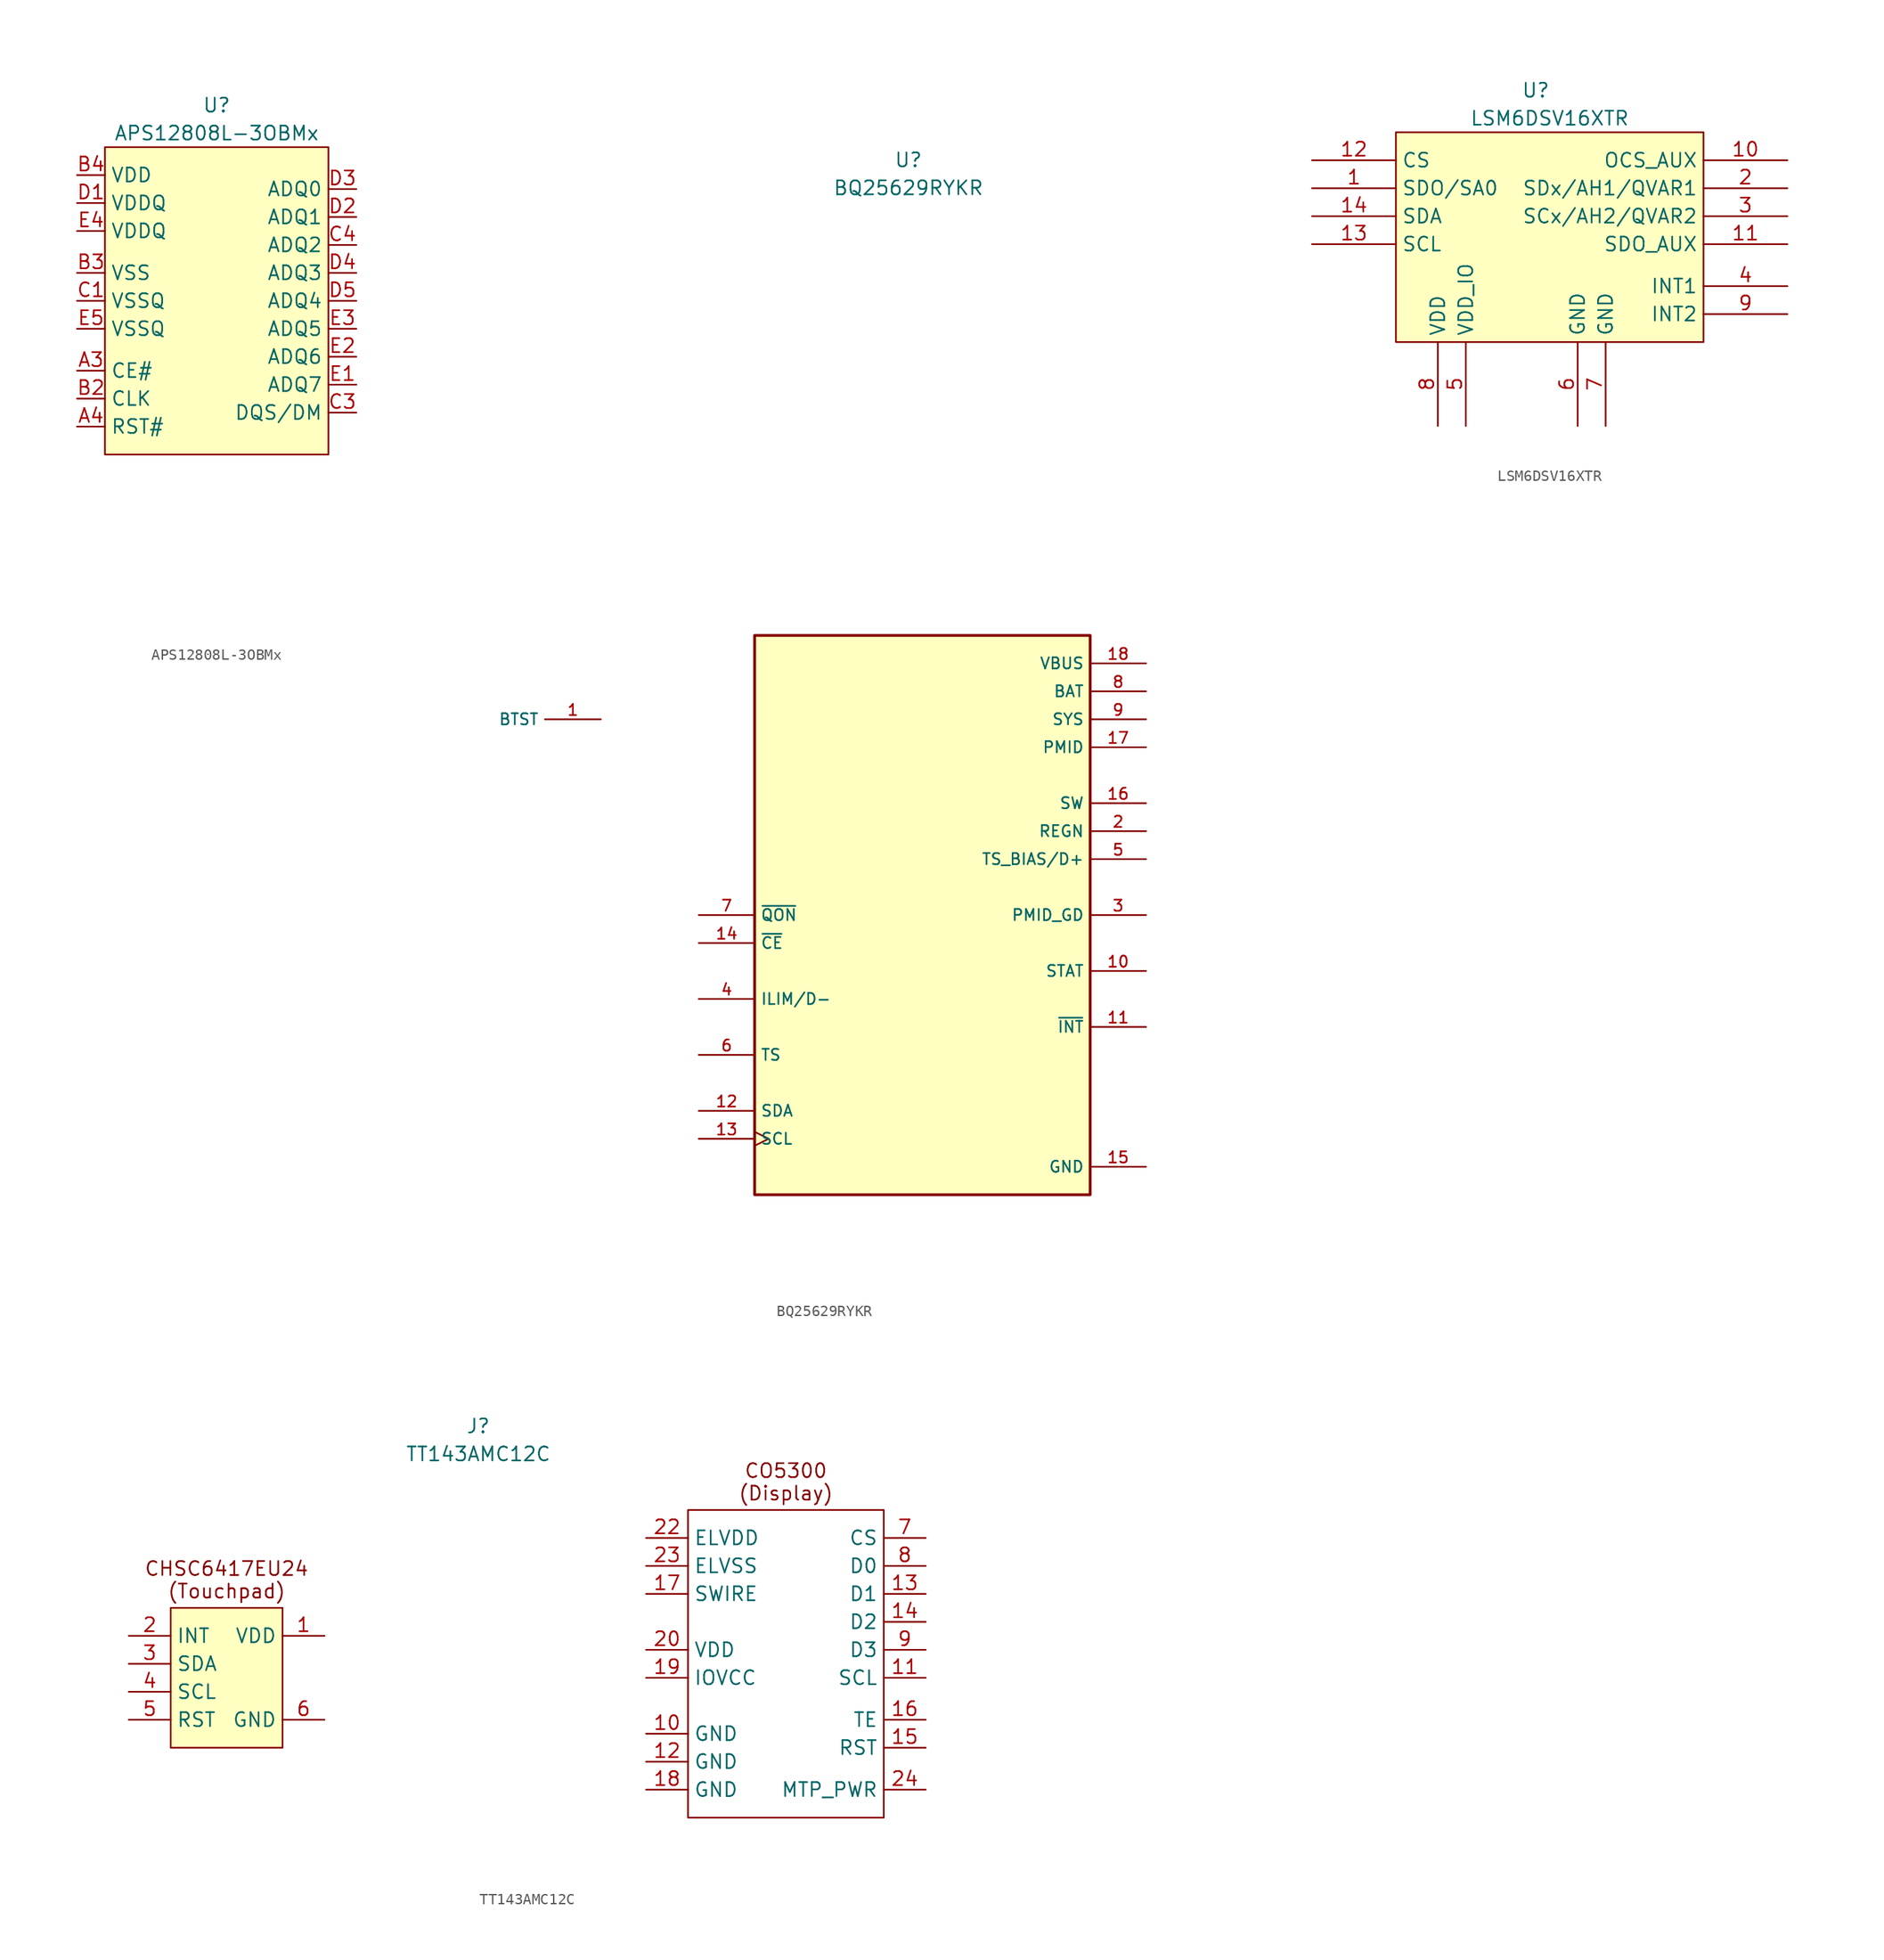
<source format=kicad_sym>
(kicad_symbol_lib
  (version 20220914)
  (generator kicad_symbol_editor)
  (symbol "APS12808L-3OBMx"
    (property "Reference" "U"
      (at 0 17.78 0)
      (effects (font (size 1.27 1.27))))
    (property "Value" "APS12808L-3OBMx"
      (at 0 15.24 0)
      (effects (font (size 1.27 1.27))))
    (symbol "APS12808L-3OBMx_1_0"
      (pin no_connect line (at 1.27 -16.51 0) (length 2.54) hide (name "" (effects (font (size 1.27 1.27)))) (number "A2" (effects (font (size 1.27 1.27)))))
      (pin no_connect line (at 1.27 -19.05 0) (length 2.54) hide (name "" (effects (font (size 1.27 1.27)))) (number "A5" (effects (font (size 1.27 1.27)))))
      (pin no_connect line (at 1.27 -21.59 0) (length 2.54) hide (name "" (effects (font (size 1.27 1.27)))) (number "B1" (effects (font (size 1.27 1.27)))))
      (pin no_connect line (at 1.27 -24.13 0) (length 2.54) hide (name "" (effects (font (size 1.27 1.27)))) (number "B5" (effects (font (size 1.27 1.27)))))
      (pin no_connect line (at 1.27 -26.67 0) (length 2.54) hide (name "" (effects (font (size 1.27 1.27)))) (number "C5" (effects (font (size 1.27 1.27))))))
    (symbol "APS12808L-3OBMx_1_1"
      (rectangle (start -10.16 13.97) (end 10.16 -13.97) (stroke (width 0) (type default)) (fill (type background)))
      (pin input line (at -12.7 -6.35 0) (length 2.54) (name "CE#" (effects (font (size 1.27 1.27)))) (number "A3" (effects (font (size 1.27 1.27)))))
      (pin input line (at -12.7 -11.43 0) (length 2.54) (name "RST#" (effects (font (size 1.27 1.27)))) (number "A4" (effects (font (size 1.27 1.27)))))
      (pin input line (at -12.7 -8.89 0) (length 2.54) (name "CLK" (effects (font (size 1.27 1.27)))) (number "B2" (effects (font (size 1.27 1.27)))))
      (pin power_in line (at -12.7 2.54 0) (length 2.54) (name "VSS" (effects (font (size 1.27 1.27)))) (number "B3" (effects (font (size 1.27 1.27)))))
      (pin power_in line (at -12.7 11.43 0) (length 2.54) (name "VDD" (effects (font (size 1.27 1.27)))) (number "B4" (effects (font (size 1.27 1.27)))))
      (pin power_in line (at -12.7 0 0) (length 2.54) (name "VSSQ" (effects (font (size 1.27 1.27)))) (number "C1" (effects (font (size 1.27 1.27)))))
      (pin bidirectional line (at 12.7 -10.16 180) (length 2.54) (name "DQS/DM" (effects (font (size 1.27 1.27)))) (number "C3" (effects (font (size 1.27 1.27)))))
      (pin bidirectional line (at 12.7 5.08 180) (length 2.54) (name "ADQ2" (effects (font (size 1.27 1.27)))) (number "C4" (effects (font (size 1.27 1.27)))))
      (pin power_in line (at -12.7 8.89 0) (length 2.54) (name "VDDQ" (effects (font (size 1.27 1.27)))) (number "D1" (effects (font (size 1.27 1.27)))))
      (pin bidirectional line (at 12.7 7.62 180) (length 2.54) (name "ADQ1" (effects (font (size 1.27 1.27)))) (number "D2" (effects (font (size 1.27 1.27)))))
      (pin bidirectional line (at 12.7 10.16 180) (length 2.54) (name "ADQ0" (effects (font (size 1.27 1.27)))) (number "D3" (effects (font (size 1.27 1.27)))))
      (pin bidirectional line (at 12.7 2.54 180) (length 2.54) (name "ADQ3" (effects (font (size 1.27 1.27)))) (number "D4" (effects (font (size 1.27 1.27)))))
      (pin bidirectional line (at 12.7 0 180) (length 2.54) (name "ADQ4" (effects (font (size 1.27 1.27)))) (number "D5" (effects (font (size 1.27 1.27)))))
      (pin bidirectional line (at 12.7 -7.62 180) (length 2.54) (name "ADQ7" (effects (font (size 1.27 1.27)))) (number "E1" (effects (font (size 1.27 1.27)))))
      (pin bidirectional line (at 12.7 -5.08 180) (length 2.54) (name "ADQ6" (effects (font (size 1.27 1.27)))) (number "E2" (effects (font (size 1.27 1.27)))))
      (pin bidirectional line (at 12.7 -2.54 180) (length 2.54) (name "ADQ5" (effects (font (size 1.27 1.27)))) (number "E3" (effects (font (size 1.27 1.27)))))
      (pin power_in line (at -12.7 6.35 0) (length 2.54) (name "VDDQ" (effects (font (size 1.27 1.27)))) (number "E4" (effects (font (size 1.27 1.27)))))
      (pin power_in line (at -12.7 -2.54 0) (length 2.54) (name "VSSQ" (effects (font (size 1.27 1.27)))) (number "E5" (effects (font (size 1.27 1.27)))))))
  (symbol "BQ25629RYKR"
    (property "Reference" "U"
      (at 0 34.29 0)
      (effects (font (size 1.27 1.27))))
    (property "Value" "BQ25629RYKR"
      (at 0 31.75 0)
      (effects (font (size 1.27 1.27))))
    (symbol "BQ25629RYKR_0_0"
      (rectangle (start -13.97 -8.89) (end 16.51 -59.69) (stroke (width 0.254) (type default)) (fill (type background)))
      (pin power_in line (at -27.94 -16.51 180) (length 5.08) (name "BTST" (effects (font (size 1.016 1.016)))) (number "1" (effects (font (size 1.016 1.016)))))
      (pin output line (at 21.59 -39.37 180) (length 5.08) (name "STAT" (effects (font (size 1.016 1.016)))) (number "10" (effects (font (size 1.016 1.016)))))
      (pin output line (at 21.59 -44.45 180) (length 5.08) (name "~{INT}" (effects (font (size 1.016 1.016)))) (number "11" (effects (font (size 1.016 1.016)))))
      (pin bidirectional line (at -19.05 -52.07 0) (length 5.08) (name "SDA" (effects (font (size 1.016 1.016)))) (number "12" (effects (font (size 1.016 1.016)))))
      (pin input clock (at -19.05 -54.61 0) (length 5.08) (name "SCL" (effects (font (size 1.016 1.016)))) (number "13" (effects (font (size 1.016 1.016)))))
      (pin input line (at -19.05 -36.83 0) (length 5.08) (name "~{CE}" (effects (font (size 1.016 1.016)))) (number "14" (effects (font (size 1.016 1.016)))))
      (pin power_in line (at 21.59 -57.15 180) (length 5.08) (name "GND" (effects (font (size 1.016 1.016)))) (number "15" (effects (font (size 1.016 1.016)))))
      (pin power_in line (at 21.59 -24.13 180) (length 5.08) (name "SW" (effects (font (size 1.016 1.016)))) (number "16" (effects (font (size 1.016 1.016)))))
      (pin power_in line (at 21.59 -19.05 180) (length 5.08) (name "PMID" (effects (font (size 1.016 1.016)))) (number "17" (effects (font (size 1.016 1.016)))))
      (pin power_in line (at 21.59 -11.43 180) (length 5.08) (name "VBUS" (effects (font (size 1.016 1.016)))) (number "18" (effects (font (size 1.016 1.016)))))
      (pin power_in line (at 21.59 -26.67 180) (length 5.08) (name "REGN" (effects (font (size 1.016 1.016)))) (number "2" (effects (font (size 1.016 1.016)))))
      (pin output line (at 21.59 -34.29 180) (length 5.08) (name "PMID_GD" (effects (font (size 1.016 1.016)))) (number "3" (effects (font (size 1.016 1.016)))))
      (pin bidirectional line (at -19.05 -41.91 0) (length 5.08) (name "ILIM/D-" (effects (font (size 1.016 1.016)))) (number "4" (effects (font (size 1.016 1.016)))))
      (pin power_in line (at 21.59 -29.21 180) (length 5.08) (name "TS_BIAS/D+" (effects (font (size 1.016 1.016)))) (number "5" (effects (font (size 1.016 1.016)))))
      (pin input line (at -19.05 -46.99 0) (length 5.08) (name "TS" (effects (font (size 1.016 1.016)))) (number "6" (effects (font (size 1.016 1.016)))))
      (pin input line (at -19.05 -34.29 0) (length 5.08) (name "~{QON}" (effects (font (size 1.016 1.016)))) (number "7" (effects (font (size 1.016 1.016)))))
      (pin power_in line (at 21.59 -13.97 180) (length 5.08) (name "BAT" (effects (font (size 1.016 1.016)))) (number "8" (effects (font (size 1.016 1.016)))))
      (pin power_in line (at 21.59 -16.51 180) (length 5.08) (name "SYS" (effects (font (size 1.016 1.016)))) (number "9" (effects (font (size 1.016 1.016)))))))
  (symbol "LSM6DSV16XTR"
    (property "Reference" "U"
      (at -1.27 12.7 0)
      (effects (font (size 1.27 1.27))))
    (property "Value" "LSM6DSV16XTR"
      (at 0 10.16 0)
      (effects (font (size 1.27 1.27))))
    (symbol "LSM6DSV16XTR_0_1"
      (pin unspecified line (at 21.59 6.35 180) (length 7.62) (name "OCS_AUX" (effects (font (size 1.27 1.27)))) (number "10" (effects (font (size 1.27 1.27)))))
      (pin power_in line (at -7.62 -17.78 90) (length 7.62) (name "VDD_IO" (effects (font (size 1.27 1.27)))) (number "5" (effects (font (size 1.27 1.27)))))
      (pin power_in line (at -10.16 -17.78 90) (length 7.62) (name "VDD" (effects (font (size 1.27 1.27)))) (number "8" (effects (font (size 1.27 1.27))))))
    (symbol "LSM6DSV16XTR_1_1"
      (rectangle (start -13.97 8.89) (end 13.97 -10.16) (stroke (width 0) (type default)) (fill (type background)))
      (pin input line (at -21.59 3.81 0) (length 7.62) (name "SDO/SA0" (effects (font (size 1.27 1.27)))) (number "1" (effects (font (size 1.27 1.27)))))
      (pin output line (at 21.59 -1.27 180) (length 7.62) (name "SDO_AUX" (effects (font (size 1.27 1.27)))) (number "11" (effects (font (size 1.27 1.27)))))
      (pin input line (at -21.59 6.35 0) (length 7.62) (name "CS" (effects (font (size 1.27 1.27)))) (number "12" (effects (font (size 1.27 1.27)))))
      (pin input line (at -21.59 -1.27 0) (length 7.62) (name "SCL" (effects (font (size 1.27 1.27)))) (number "13" (effects (font (size 1.27 1.27)))))
      (pin bidirectional line (at -21.59 1.27 0) (length 7.62) (name "SDA" (effects (font (size 1.27 1.27)))) (number "14" (effects (font (size 1.27 1.27)))))
      (pin bidirectional line (at 21.59 3.81 180) (length 7.62) (name "SDx/AH1/QVAR1" (effects (font (size 1.27 1.27)))) (number "2" (effects (font (size 1.27 1.27)))))
      (pin bidirectional line (at 21.59 1.27 180) (length 7.62) (name "SCx/AH2/QVAR2" (effects (font (size 1.27 1.27)))) (number "3" (effects (font (size 1.27 1.27)))))
      (pin output line (at 21.59 -5.08 180) (length 7.62) (name "INT1" (effects (font (size 1.27 1.27)))) (number "4" (effects (font (size 1.27 1.27)))))
      (pin power_in line (at 2.54 -17.78 90) (length 7.62) (name "GND" (effects (font (size 1.27 1.27)))) (number "6" (effects (font (size 1.27 1.27)))))
      (pin power_in line (at 5.08 -17.78 90) (length 7.62) (name "GND" (effects (font (size 1.27 1.27)))) (number "7" (effects (font (size 1.27 1.27)))))
      (pin output line (at 21.59 -7.62 180) (length 7.62) (name "INT2" (effects (font (size 1.27 1.27)))) (number "9" (effects (font (size 1.27 1.27)))))))
  (symbol "TT143AMC12C"
    (property "Reference" "J"
      (at 0 22.86 0)
      (effects (font (size 1.27 1.27))))
    (property "Value" "TT143AMC12C"
      (at 0 20.32 0)
      (effects (font (size 1.27 1.27))))
    (symbol "TT143AMC12C_0_1"
      (rectangle (start 19.05 15.24) (end 36.83 -12.7) (stroke (width 0) (type default)) (fill (type none))))
    (symbol "TT143AMC12C_1_1"
      (rectangle (start -27.94 -6.35) (end -17.78 6.35) (stroke (width 0) (type default)) (fill (type background)))
      (text "CHSC6417EU24\n(Touchpad)" (at -22.86 8.89 0) (effects (font (size 1.27 1.27))))
      (text "CO5300\n(Display)" (at 27.94 17.78 0) (effects (font (size 1.27 1.27))))
      (pin power_in line (at -13.97 3.81 180) (length 3.81) (name "VDD" (effects (font (size 1.27 1.27)))) (number "1" (effects (font (size 1.27 1.27)))))
      (pin power_in line (at 15.24 -5.08 0) (length 3.81) (name "GND" (effects (font (size 1.27 1.27)))) (number "10" (effects (font (size 1.27 1.27)))))
      (pin input line (at 40.64 0 180) (length 3.81) (name "SCL" (effects (font (size 1.27 1.27)))) (number "11" (effects (font (size 1.27 1.27)))))
      (pin power_in line (at 15.24 -7.62 0) (length 3.81) (name "GND" (effects (font (size 1.27 1.27)))) (number "12" (effects (font (size 1.27 1.27)))))
      (pin bidirectional line (at 40.64 7.62 180) (length 3.81) (name "D1" (effects (font (size 1.27 1.27)))) (number "13" (effects (font (size 1.27 1.27)))))
      (pin bidirectional line (at 40.64 5.08 180) (length 3.81) (name "D2" (effects (font (size 1.27 1.27)))) (number "14" (effects (font (size 1.27 1.27)))))
      (pin input line (at 40.64 -6.35 180) (length 3.81) (name "RST" (effects (font (size 1.27 1.27)))) (number "15" (effects (font (size 1.27 1.27)))))
      (pin output line (at 40.64 -3.81 180) (length 3.81) (name "TE" (effects (font (size 1.27 1.27)))) (number "16" (effects (font (size 1.27 1.27)))))
      (pin output line (at 15.24 7.62 0) (length 3.81) (name "SWIRE" (effects (font (size 1.27 1.27)))) (number "17" (effects (font (size 1.27 1.27)))))
      (pin power_in line (at 15.24 -10.16 0) (length 3.81) (name "GND" (effects (font (size 1.27 1.27)))) (number "18" (effects (font (size 1.27 1.27)))))
      (pin power_in line (at 15.24 0 0) (length 3.81) (name "IOVCC" (effects (font (size 1.27 1.27)))) (number "19" (effects (font (size 1.27 1.27)))))
      (pin output line (at -31.75 3.81 0) (length 3.81) (name "INT" (effects (font (size 1.27 1.27)))) (number "2" (effects (font (size 1.27 1.27)))))
      (pin power_in line (at 15.24 2.54 0) (length 3.81) (name "VDD" (effects (font (size 1.27 1.27)))) (number "20" (effects (font (size 1.27 1.27)))))
      (pin no_connect line (at 26.67 -15.24 180) (length 3.81) hide (name "NC" (effects (font (size 1.27 1.27)))) (number "21" (effects (font (size 1.27 1.27)))))
      (pin power_in line (at 15.24 12.7 0) (length 3.81) (name "ELVDD" (effects (font (size 1.27 1.27)))) (number "22" (effects (font (size 1.27 1.27)))))
      (pin power_in line (at 15.24 10.16 0) (length 3.81) (name "ELVSS" (effects (font (size 1.27 1.27)))) (number "23" (effects (font (size 1.27 1.27)))))
      (pin passive line (at 40.64 -10.16 180) (length 3.81) (name "MTP_PWR" (effects (font (size 1.27 1.27)))) (number "24" (effects (font (size 1.27 1.27)))))
      (pin bidirectional line (at -31.75 1.27 0) (length 3.81) (name "SDA" (effects (font (size 1.27 1.27)))) (number "3" (effects (font (size 1.27 1.27)))))
      (pin input line (at -31.75 -1.27 0) (length 3.81) (name "SCL" (effects (font (size 1.27 1.27)))) (number "4" (effects (font (size 1.27 1.27)))))
      (pin input line (at -31.75 -3.81 0) (length 3.81) (name "RST" (effects (font (size 1.27 1.27)))) (number "5" (effects (font (size 1.27 1.27)))))
      (pin power_in line (at -13.97 -3.81 180) (length 3.81) (name "GND" (effects (font (size 1.27 1.27)))) (number "6" (effects (font (size 1.27 1.27)))))
      (pin input line (at 40.64 12.7 180) (length 3.81) (name "CS" (effects (font (size 1.27 1.27)))) (number "7" (effects (font (size 1.27 1.27)))))
      (pin bidirectional line (at 40.64 10.16 180) (length 3.81) (name "D0" (effects (font (size 1.27 1.27)))) (number "8" (effects (font (size 1.27 1.27)))))
      (pin bidirectional line (at 40.64 2.54 180) (length 3.81) (name "D3" (effects (font (size 1.27 1.27)))) (number "9" (effects (font (size 1.27 1.27))))))))
</source>
